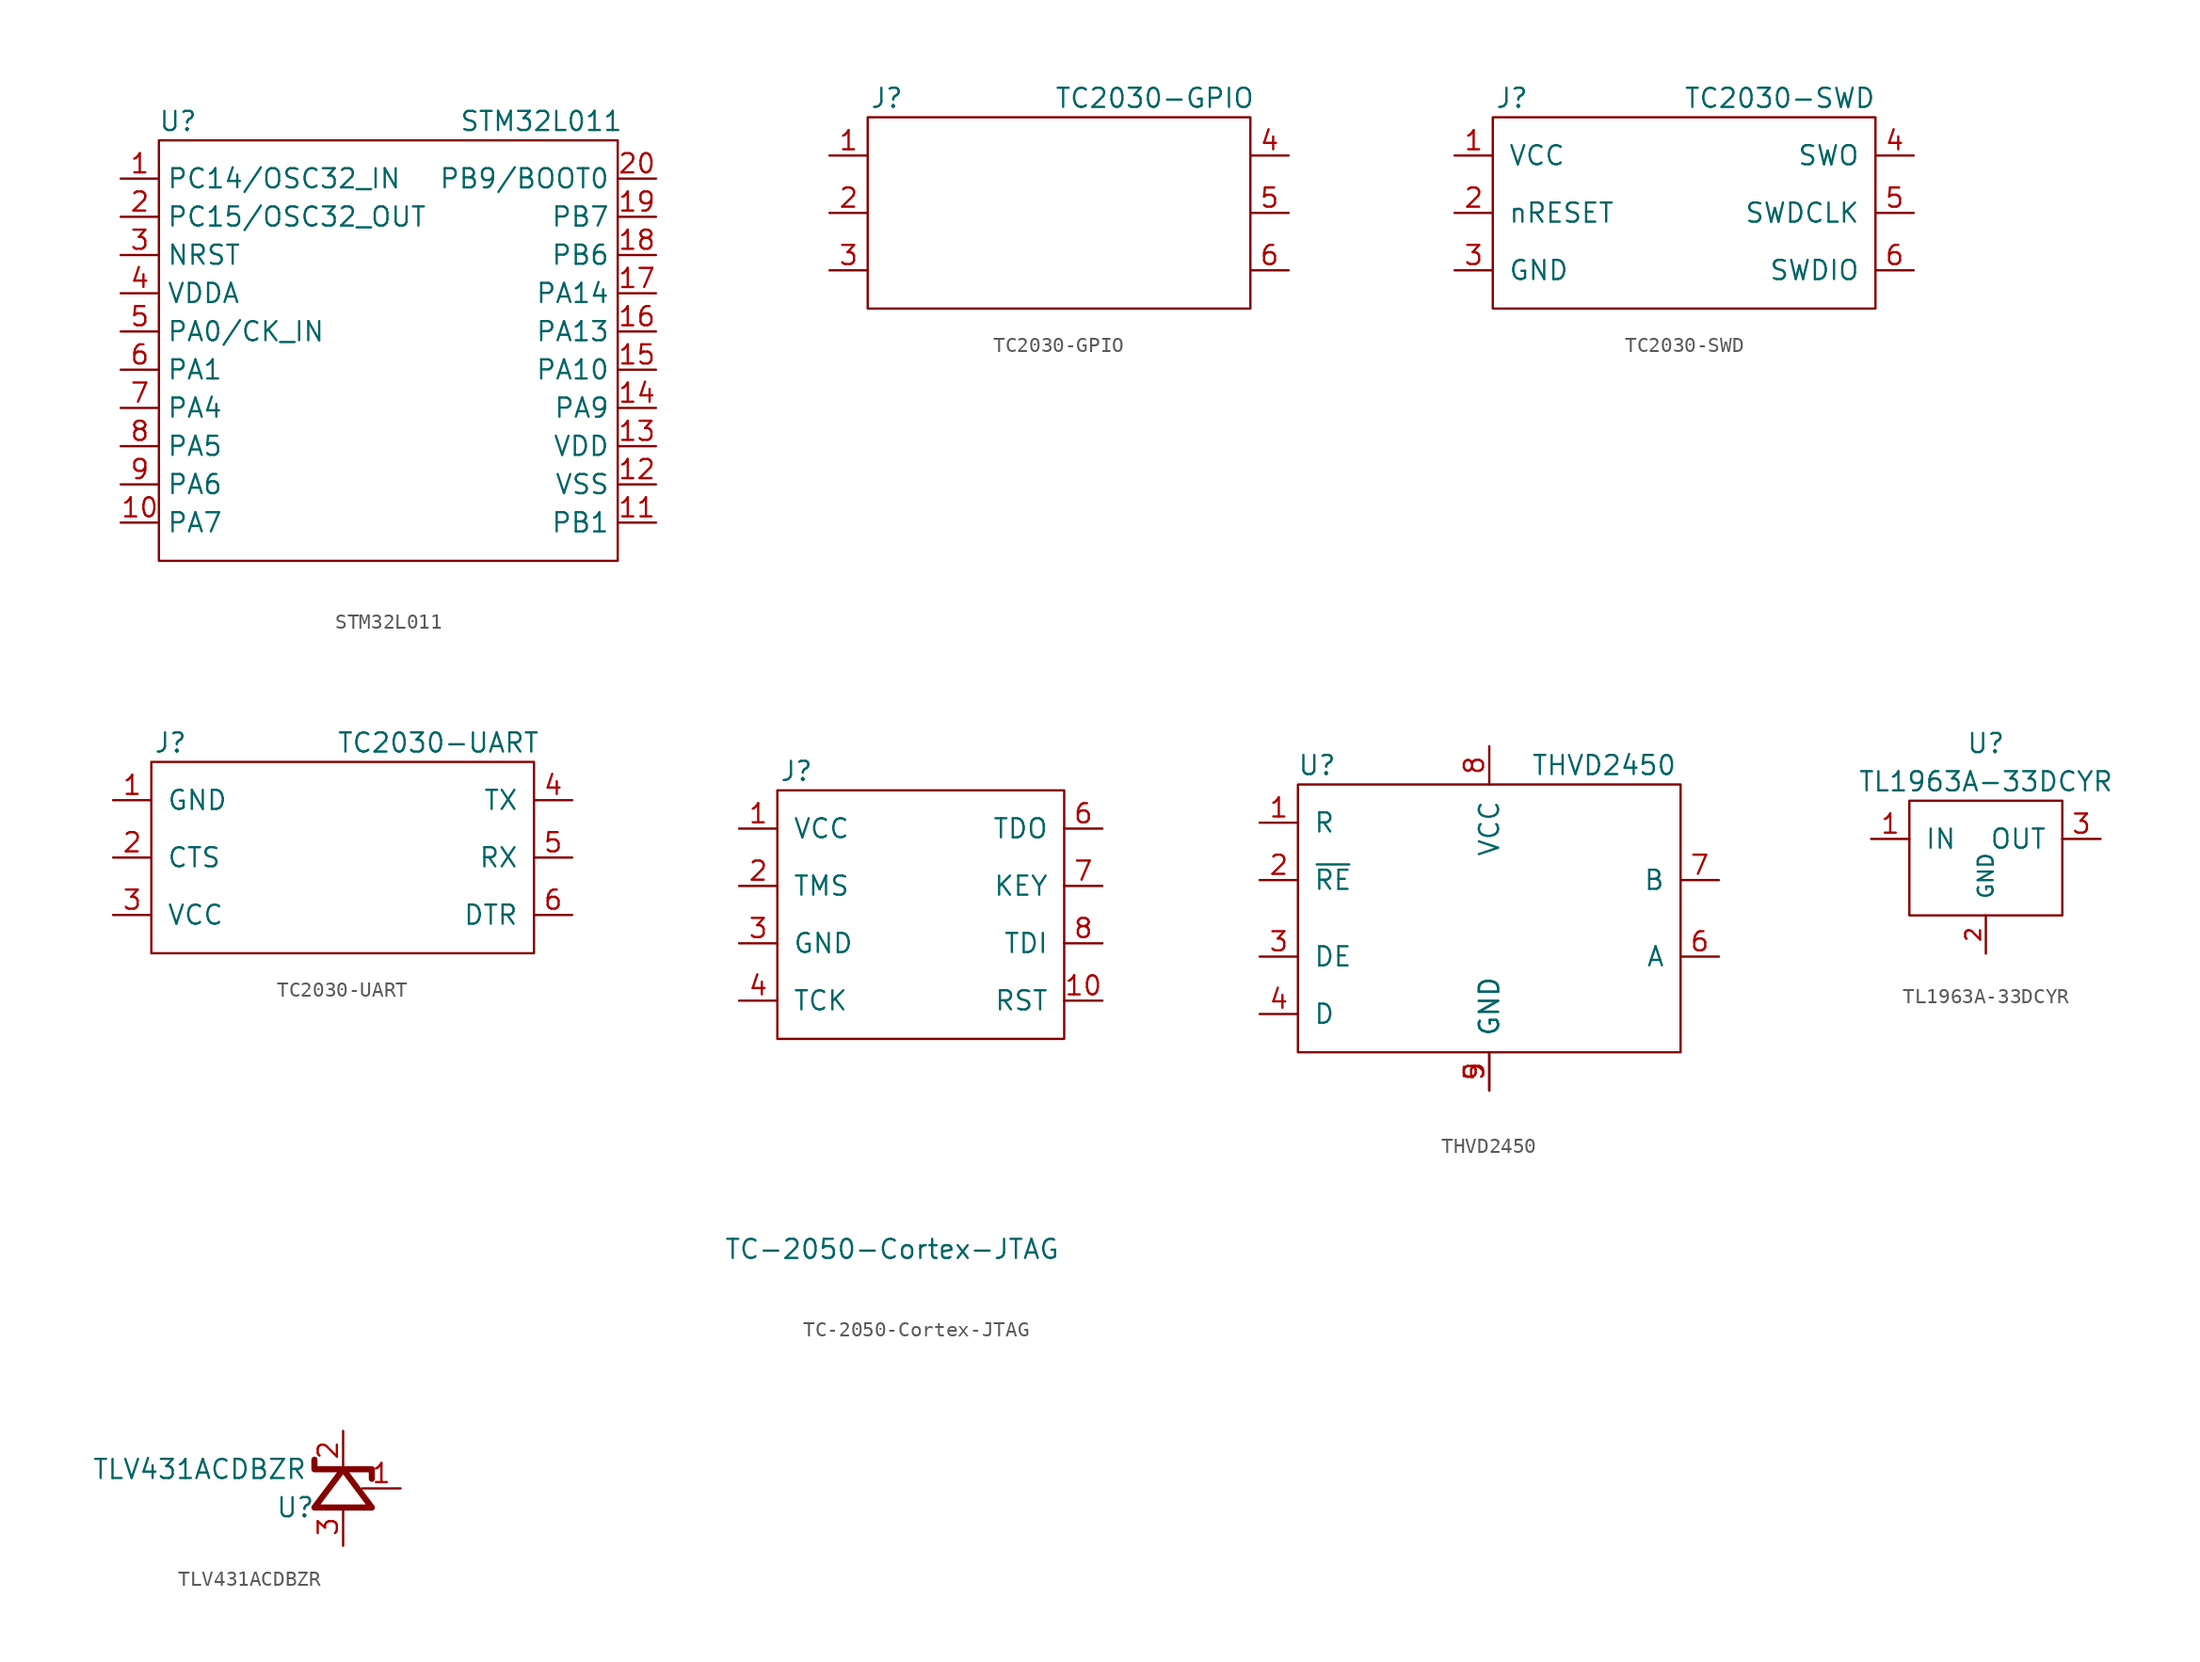
<source format=kicad_sym>
(kicad_symbol_lib
  (version 20211014)
  (generator kicad_symbol_editor)
  (symbol "STM32L011"
    (property "Reference" "U"
      (at -13.97 15.24 0)
      (effects (font (size 1.27 1.27))))
    (property "Value" "STM32L011"
      (at 10.16 15.24 0)
      (effects (font (size 1.27 1.27))))
    (symbol "STM32L011_0_1"
      (rectangle (start -15.24 13.97) (end 15.24 -13.97) (stroke (width 0.152) (type default) (color 0 0 0 0)) (fill (type none))))
    (symbol "STM32L011_1_1"
      (pin passive line (at -17.78 11.43 0) (length 2.54) (name "PC14/OSC32_IN" (effects (font (size 1.27 1.27)))) (number "1" (effects (font (size 1.27 1.27)))))
      (pin passive line (at -17.78 -11.43 0) (length 2.54) (name "PA7" (effects (font (size 1.27 1.27)))) (number "10" (effects (font (size 1.27 1.27)))))
      (pin passive line (at 17.78 -11.43 180) (length 2.54) (name "PB1" (effects (font (size 1.27 1.27)))) (number "11" (effects (font (size 1.27 1.27)))))
      (pin passive line (at 17.78 -8.89 180) (length 2.54) (name "VSS" (effects (font (size 1.27 1.27)))) (number "12" (effects (font (size 1.27 1.27)))))
      (pin passive line (at 17.78 -6.35 180) (length 2.54) (name "VDD" (effects (font (size 1.27 1.27)))) (number "13" (effects (font (size 1.27 1.27)))))
      (pin passive line (at 17.78 -3.81 180) (length 2.54) (name "PA9" (effects (font (size 1.27 1.27)))) (number "14" (effects (font (size 1.27 1.27)))))
      (pin passive line (at 17.78 -1.27 180) (length 2.54) (name "PA10" (effects (font (size 1.27 1.27)))) (number "15" (effects (font (size 1.27 1.27)))))
      (pin passive line (at 17.78 1.27 180) (length 2.54) (name "PA13" (effects (font (size 1.27 1.27)))) (number "16" (effects (font (size 1.27 1.27)))))
      (pin passive line (at 17.78 3.81 180) (length 2.54) (name "PA14" (effects (font (size 1.27 1.27)))) (number "17" (effects (font (size 1.27 1.27)))))
      (pin passive line (at 17.78 6.35 180) (length 2.54) (name "PB6" (effects (font (size 1.27 1.27)))) (number "18" (effects (font (size 1.27 1.27)))))
      (pin passive line (at 17.78 8.89 180) (length 2.54) (name "PB7" (effects (font (size 1.27 1.27)))) (number "19" (effects (font (size 1.27 1.27)))))
      (pin passive line (at -17.78 8.89 0) (length 2.54) (name "PC15/OSC32_OUT" (effects (font (size 1.27 1.27)))) (number "2" (effects (font (size 1.27 1.27)))))
      (pin passive line (at 17.78 11.43 180) (length 2.54) (name "PB9/BOOT0" (effects (font (size 1.27 1.27)))) (number "20" (effects (font (size 1.27 1.27)))))
      (pin passive line (at -17.78 6.35 0) (length 2.54) (name "NRST" (effects (font (size 1.27 1.27)))) (number "3" (effects (font (size 1.27 1.27)))))
      (pin passive line (at -17.78 3.81 0) (length 2.54) (name "VDDA" (effects (font (size 1.27 1.27)))) (number "4" (effects (font (size 1.27 1.27)))))
      (pin passive line (at -17.78 1.27 0) (length 2.54) (name "PA0/CK_IN" (effects (font (size 1.27 1.27)))) (number "5" (effects (font (size 1.27 1.27)))))
      (pin passive line (at -17.78 -1.27 0) (length 2.54) (name "PA1" (effects (font (size 1.27 1.27)))) (number "6" (effects (font (size 1.27 1.27)))))
      (pin passive line (at -17.78 -3.81 0) (length 2.54) (name "PA4" (effects (font (size 1.27 1.27)))) (number "7" (effects (font (size 1.27 1.27)))))
      (pin passive line (at -17.78 -6.35 0) (length 2.54) (name "PA5" (effects (font (size 1.27 1.27)))) (number "8" (effects (font (size 1.27 1.27)))))
      (pin passive line (at -17.78 -8.89 0) (length 2.54) (name "PA6" (effects (font (size 1.27 1.27)))) (number "9" (effects (font (size 1.27 1.27)))))))
  (symbol "TC2030-GPIO"
    (pin_names
      (offset 1.016))
    (property "Reference" "J"
      (at -11.43 7.62 0)
      (effects (font (size 1.27 1.27))))
    (property "Value" "TC2030-GPIO"
      (at 6.35 7.62 0)
      (effects (font (size 1.27 1.27))))
    (symbol "TC2030-GPIO_0_1"
      (rectangle (start -12.7 6.35) (end 12.7 -6.35) (stroke (width 0) (type default) (color 0 0 0 0)) (fill (type none))))
    (symbol "TC2030-GPIO_1_1"
      (pin bidirectional line (at -15.24 3.81 0) (length 2.54) (name "~" (effects (font (size 1.27 1.27)))) (number "1" (effects (font (size 1.27 1.27)))))
      (pin bidirectional line (at -15.24 0 0) (length 2.54) (name "~" (effects (font (size 1.27 1.27)))) (number "2" (effects (font (size 1.27 1.27)))))
      (pin bidirectional line (at -15.24 -3.81 0) (length 2.54) (name "~" (effects (font (size 1.27 1.27)))) (number "3" (effects (font (size 1.27 1.27)))))
      (pin bidirectional line (at 15.24 3.81 180) (length 2.54) (name "~" (effects (font (size 1.27 1.27)))) (number "4" (effects (font (size 1.27 1.27)))))
      (pin bidirectional line (at 15.24 0 180) (length 2.54) (name "~" (effects (font (size 1.27 1.27)))) (number "5" (effects (font (size 1.27 1.27)))))
      (pin bidirectional line (at 15.24 -3.81 180) (length 2.54) (name "~" (effects (font (size 1.27 1.27)))) (number "6" (effects (font (size 1.27 1.27)))))))
  (symbol "TC2030-SWD"
    (pin_names
      (offset 1.016))
    (property "Reference" "J"
      (at -11.43 7.62 0)
      (effects (font (size 1.27 1.27))))
    (property "Value" "TC2030-SWD"
      (at 6.35 7.62 0)
      (effects (font (size 1.27 1.27))))
    (symbol "TC2030-SWD_0_1"
      (rectangle (start -12.7 6.35) (end 12.7 -6.35) (stroke (width 0) (type default) (color 0 0 0 0)) (fill (type none))))
    (symbol "TC2030-SWD_1_1"
      (pin bidirectional line (at -15.24 3.81 0) (length 2.54) (name "VCC" (effects (font (size 1.27 1.27)))) (number "1" (effects (font (size 1.27 1.27)))))
      (pin bidirectional line (at -15.24 0 0) (length 2.54) (name "nRESET" (effects (font (size 1.27 1.27)))) (number "2" (effects (font (size 1.27 1.27)))))
      (pin bidirectional line (at -15.24 -3.81 0) (length 2.54) (name "GND" (effects (font (size 1.27 1.27)))) (number "3" (effects (font (size 1.27 1.27)))))
      (pin bidirectional line (at 15.24 3.81 180) (length 2.54) (name "SWO" (effects (font (size 1.27 1.27)))) (number "4" (effects (font (size 1.27 1.27)))))
      (pin bidirectional line (at 15.24 0 180) (length 2.54) (name "SWDCLK" (effects (font (size 1.27 1.27)))) (number "5" (effects (font (size 1.27 1.27)))))
      (pin bidirectional line (at 15.24 -3.81 180) (length 2.54) (name "SWDIO" (effects (font (size 1.27 1.27)))) (number "6" (effects (font (size 1.27 1.27)))))))
  (symbol "TC2030-UART"
    (pin_names
      (offset 1.016))
    (property "Reference" "J"
      (at -11.43 7.62 0)
      (effects (font (size 1.27 1.27))))
    (property "Value" "TC2030-UART"
      (at 6.35 7.62 0)
      (effects (font (size 1.27 1.27))))
    (symbol "TC2030-UART_0_1"
      (rectangle (start -12.7 6.35) (end 12.7 -6.35) (stroke (width 0) (type default) (color 0 0 0 0)) (fill (type none))))
    (symbol "TC2030-UART_1_1"
      (pin bidirectional line (at -15.24 3.81 0) (length 2.54) (name "GND" (effects (font (size 1.27 1.27)))) (number "1" (effects (font (size 1.27 1.27)))))
      (pin bidirectional line (at -15.24 0 0) (length 2.54) (name "CTS" (effects (font (size 1.27 1.27)))) (number "2" (effects (font (size 1.27 1.27)))))
      (pin bidirectional line (at -15.24 -3.81 0) (length 2.54) (name "VCC" (effects (font (size 1.27 1.27)))) (number "3" (effects (font (size 1.27 1.27)))))
      (pin bidirectional line (at 15.24 3.81 180) (length 2.54) (name "TX" (effects (font (size 1.27 1.27)))) (number "4" (effects (font (size 1.27 1.27)))))
      (pin bidirectional line (at 15.24 0 180) (length 2.54) (name "RX" (effects (font (size 1.27 1.27)))) (number "5" (effects (font (size 1.27 1.27)))))
      (pin bidirectional line (at 15.24 -3.81 180) (length 2.54) (name "DTR" (effects (font (size 1.27 1.27)))) (number "6" (effects (font (size 1.27 1.27)))))))
  (symbol "TC-2050-Cortex-JTAG"
    (pin_names
      (offset 1.016))
    (property "Reference" "J"
      (at -7.62 8.89 0)
      (effects (font (size 1.27 1.27))))
    (property "Value" "TC-2050-Cortex-JTAG"
      (at -1.27 -22.86 0)
      (effects (font (size 1.27 1.27))))
    (symbol "TC-2050-Cortex-JTAG_0_1"
      (rectangle (start -8.89 7.62) (end 10.16 -8.89) (stroke (width 0) (type default) (color 0 0 0 0)) (fill (type none))))
    (symbol "TC-2050-Cortex-JTAG_1_1"
      (pin bidirectional line (at -11.43 5.08 0) (length 2.54) (name "VCC" (effects (font (size 1.27 1.27)))) (number "1" (effects (font (size 1.27 1.27)))))
      (pin bidirectional line (at 12.7 -6.35 180) (length 2.54) (name "RST" (effects (font (size 1.27 1.27)))) (number "10" (effects (font (size 1.27 1.27)))))
      (pin bidirectional line (at -11.43 1.27 0) (length 2.54) (name "TMS" (effects (font (size 1.27 1.27)))) (number "2" (effects (font (size 1.27 1.27)))))
      (pin bidirectional line (at -11.43 -2.54 0) (length 2.54) (name "GND" (effects (font (size 1.27 1.27)))) (number "3" (effects (font (size 1.27 1.27)))))
      (pin bidirectional line (at -11.43 -6.35 0) (length 2.54) (name "TCK" (effects (font (size 1.27 1.27)))) (number "4" (effects (font (size 1.27 1.27)))))
      (pin bidirectional line (at 1.27 -11.43 90) (length 2.54) hide (name "NC" (effects (font (size 1.27 1.27)))) (number "5" (effects (font (size 1.27 1.27)))))
      (pin bidirectional line (at 12.7 5.08 180) (length 2.54) (name "TDO" (effects (font (size 1.27 1.27)))) (number "6" (effects (font (size 1.27 1.27)))))
      (pin bidirectional line (at 12.7 1.27 180) (length 2.54) (name "KEY" (effects (font (size 1.27 1.27)))) (number "7" (effects (font (size 1.27 1.27)))))
      (pin bidirectional line (at 12.7 -2.54 180) (length 2.54) (name "TDI" (effects (font (size 1.27 1.27)))) (number "8" (effects (font (size 1.27 1.27)))))
      (pin bidirectional line (at -1.27 -11.43 90) (length 2.54) hide (name "NC" (effects (font (size 1.27 1.27)))) (number "9" (effects (font (size 1.27 1.27)))))))
  (symbol "THVD2450"
    (pin_names
      (offset 1.016))
    (property "Reference" "U"
      (at -11.43 10.16 0)
      (effects (font (size 1.27 1.27))))
    (property "Value" "THVD2450"
      (at 7.62 10.16 0)
      (effects (font (size 1.27 1.27))))
    (symbol "THVD2450_0_1"
      (rectangle (start -12.7 8.89) (end 12.7 -8.89) (stroke (width 0) (type default) (color 0 0 0 0)) (fill (type none))))
    (symbol "THVD2450_1_1"
      (pin bidirectional line (at -15.24 6.35 0) (length 2.54) (name "R" (effects (font (size 1.27 1.27)))) (number "1" (effects (font (size 1.27 1.27)))))
      (pin bidirectional line (at -15.24 2.54 0) (length 2.54) (name "~{RE}" (effects (font (size 1.27 1.27)))) (number "2" (effects (font (size 1.27 1.27)))))
      (pin bidirectional line (at -15.24 -2.54 0) (length 2.54) (name "DE" (effects (font (size 1.27 1.27)))) (number "3" (effects (font (size 1.27 1.27)))))
      (pin bidirectional line (at -15.24 -6.35 0) (length 2.54) (name "D" (effects (font (size 1.27 1.27)))) (number "4" (effects (font (size 1.27 1.27)))))
      (pin bidirectional line (at 0 -11.43 90) (length 2.54) (name "GND" (effects (font (size 1.27 1.27)))) (number "5" (effects (font (size 1.27 1.27)))))
      (pin bidirectional line (at 15.24 -2.54 180) (length 2.54) (name "A" (effects (font (size 1.27 1.27)))) (number "6" (effects (font (size 1.27 1.27)))))
      (pin bidirectional line (at 15.24 2.54 180) (length 2.54) (name "B" (effects (font (size 1.27 1.27)))) (number "7" (effects (font (size 1.27 1.27)))))
      (pin bidirectional line (at 0 11.43 270) (length 2.54) (name "VCC" (effects (font (size 1.27 1.27)))) (number "8" (effects (font (size 1.27 1.27)))))
      (pin bidirectional line (at 0 -11.43 90) (length 2.54) (name "GND" (effects (font (size 1.27 1.27)))) (number "9" (effects (font (size 1.27 1.27)))))))
  (symbol "TL1963A-33DCYR"
    (pin_names
      (offset 1.016))
    (property "Reference" "U"
      (at 0 7.62 0)
      (effects (font (size 1.27 1.27))))
    (property "Value" "TL1963A-33DCYR"
      (at 0 5.08 0)
      (effects (font (size 1.27 1.27))))
    (symbol "TL1963A-33DCYR_0_1"
      (rectangle (start -5.08 3.81) (end 5.08 -3.81) (stroke (width 0) (type default) (color 0 0 0 0)) (fill (type none))))
    (symbol "TL1963A-33DCYR_1_1"
      (pin input line (at -7.62 1.27 0) (length 2.54) (name "IN" (effects (font (size 1.27 1.27)))) (number "1" (effects (font (size 1.27 1.27)))))
      (pin input line (at 0 -6.35 90) (length 2.54) (name "GND" (effects (font (size 0.991 0.991)))) (number "2" (effects (font (size 0.991 0.991)))))
      (pin input line (at 7.62 1.27 180) (length 2.54) (name "OUT" (effects (font (size 1.27 1.27)))) (number "3" (effects (font (size 1.27 1.27)))))))
  (symbol "TLV431ACDBZR"
    (pin_names
      (offset 1.016))
    (property "Reference" "U"
      (at -3.175 -1.27 0)
      (effects (font (size 1.27 1.27))))
    (property "Value" "TLV431ACDBZR"
      (at -9.525 1.27 0)
      (effects (font (size 1.27 1.27))))
    (symbol "TLV431ACDBZR_0_1"
      (polyline (pts (xy -1.905 -1.27) (xy 0 1.27) (xy 1.905 -1.27) (xy -1.905 -1.27) (xy 0 1.27) (xy 1.905 1.27) (xy 1.905 0.635) (xy 1.905 1.27) (xy -1.905 1.27) (xy -1.905 1.905) (xy -1.905 1.27)) (stroke (width 0.406) (type default) (color 0 0 0 0)) (fill (type none))))
    (symbol "TLV431ACDBZR_1_1"
      (pin bidirectional line (at 3.81 0 180) (length 2.54) (name "~" (effects (font (size 1.27 1.27)))) (number "1" (effects (font (size 1.27 1.27)))))
      (pin bidirectional line (at 0 3.81 270) (length 2.54) (name "~" (effects (font (size 1.27 1.27)))) (number "2" (effects (font (size 1.27 1.27)))))
      (pin bidirectional line (at 0 -3.81 90) (length 2.54) (name "~" (effects (font (size 1.27 1.27)))) (number "3" (effects (font (size 1.27 1.27))))))))
</source>
